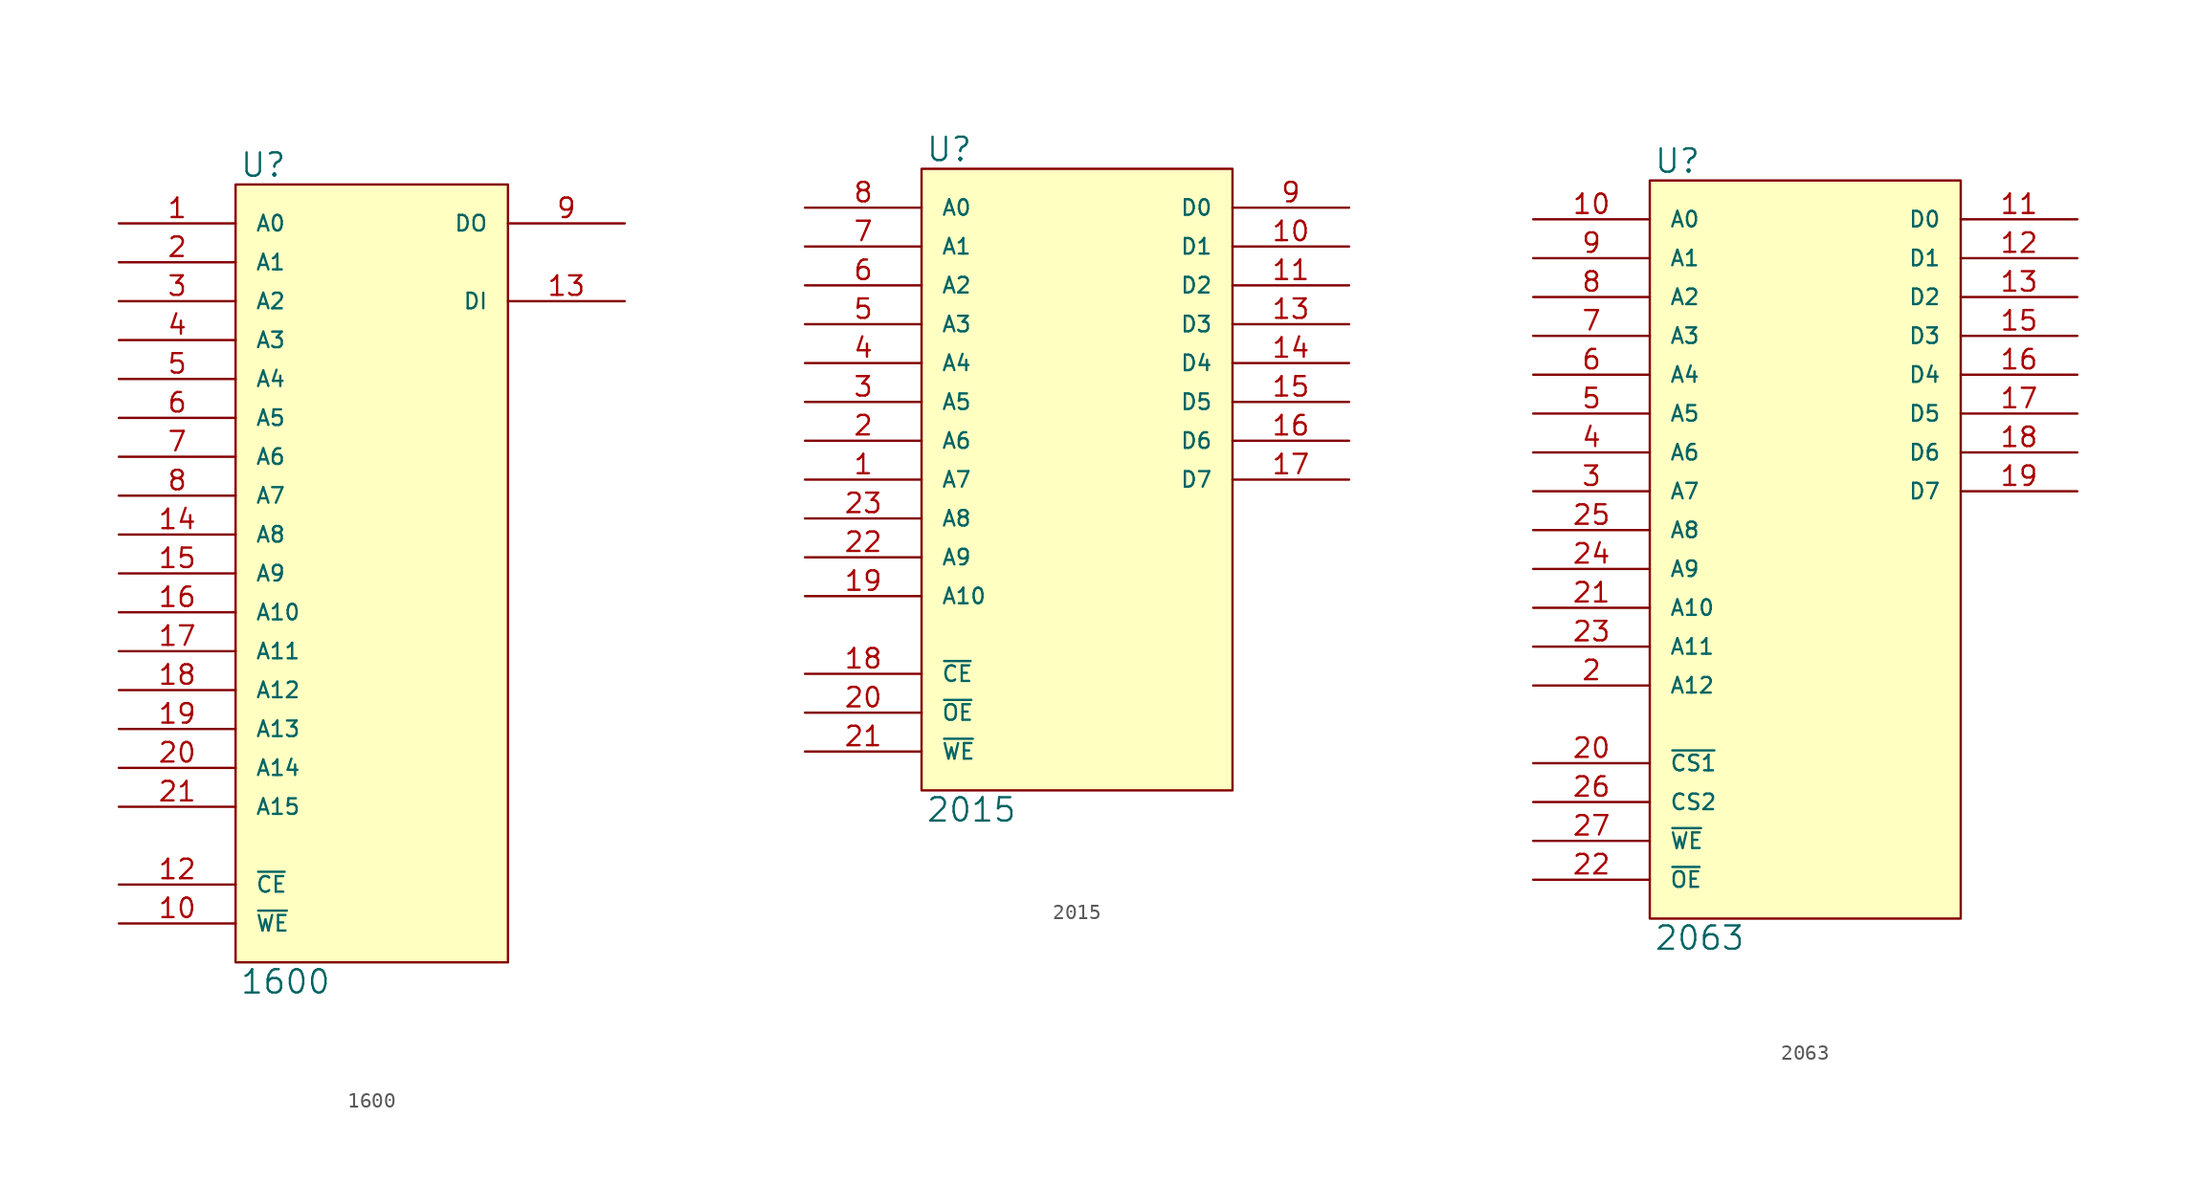
<source format=kicad_sym>
(kicad_symbol_lib
  (version 20231120)
  (generator "kicad_symbol_editor")
  (generator_version "8.0")
  (symbol "1600"
    (pin_names
      (offset 1.27))
    (property "Reference" "U"
      (at 0.254 0.381 0)
      (effects (font (size 1.524 1.524)) (justify left bottom)))
    (property "Value" "1600"
      (at 0.254 -51.181 0)
      (effects (font (size 1.524 1.524)) (justify left top)))
    (symbol "1600_0_1"
      (rectangle (start 0 0) (end 17.78 -50.8) (stroke (width 0) (type solid)) (fill (type background))))
    (symbol "1600_1_1"
      (pin input line (at -7.62 -2.54 0) (length 7.62) (name "A0" (effects (font (size 1.016 1.016)))) (number "1" (effects (font (size 1.27 1.27)))))
      (pin input line (at -7.62 -48.26 0) (length 7.62) (name "~{WE}" (effects (font (size 1.016 1.016)))) (number "10" (effects (font (size 1.27 1.27)))))
      (pin power_in line (at 0 -50.8 90) (length 0) hide (name "GND" (effects (font (size 1.016 1.016)))) (number "11" (effects (font (size 1.27 1.27)))))
      (pin input line (at -7.62 -45.72 0) (length 7.62) (name "~{CE}" (effects (font (size 1.016 1.016)))) (number "12" (effects (font (size 1.27 1.27)))))
      (pin input line (at 25.4 -7.62 180) (length 7.62) (name "DI" (effects (font (size 1.016 1.016)))) (number "13" (effects (font (size 1.27 1.27)))))
      (pin input line (at -7.62 -22.86 0) (length 7.62) (name "A8" (effects (font (size 1.016 1.016)))) (number "14" (effects (font (size 1.27 1.27)))))
      (pin input line (at -7.62 -25.4 0) (length 7.62) (name "A9" (effects (font (size 1.016 1.016)))) (number "15" (effects (font (size 1.27 1.27)))))
      (pin input line (at -7.62 -27.94 0) (length 7.62) (name "A10" (effects (font (size 1.016 1.016)))) (number "16" (effects (font (size 1.27 1.27)))))
      (pin input line (at -7.62 -30.48 0) (length 7.62) (name "A11" (effects (font (size 1.016 1.016)))) (number "17" (effects (font (size 1.27 1.27)))))
      (pin input line (at -7.62 -33.02 0) (length 7.62) (name "A12" (effects (font (size 1.016 1.016)))) (number "18" (effects (font (size 1.27 1.27)))))
      (pin input line (at -7.62 -35.56 0) (length 7.62) (name "A13" (effects (font (size 1.016 1.016)))) (number "19" (effects (font (size 1.27 1.27)))))
      (pin input line (at -7.62 -5.08 0) (length 7.62) (name "A1" (effects (font (size 1.016 1.016)))) (number "2" (effects (font (size 1.27 1.27)))))
      (pin input line (at -7.62 -38.1 0) (length 7.62) (name "A14" (effects (font (size 1.016 1.016)))) (number "20" (effects (font (size 1.27 1.27)))))
      (pin input line (at -7.62 -40.64 0) (length 7.62) (name "A15" (effects (font (size 1.016 1.016)))) (number "21" (effects (font (size 1.27 1.27)))))
      (pin power_in line (at 0 0 270) (length 0) hide (name "VCC" (effects (font (size 1.016 1.016)))) (number "22" (effects (font (size 1.27 1.27)))))
      (pin input line (at -7.62 -7.62 0) (length 7.62) (name "A2" (effects (font (size 1.016 1.016)))) (number "3" (effects (font (size 1.27 1.27)))))
      (pin input line (at -7.62 -10.16 0) (length 7.62) (name "A3" (effects (font (size 1.016 1.016)))) (number "4" (effects (font (size 1.27 1.27)))))
      (pin input line (at -7.62 -12.7 0) (length 7.62) (name "A4" (effects (font (size 1.016 1.016)))) (number "5" (effects (font (size 1.27 1.27)))))
      (pin input line (at -7.62 -15.24 0) (length 7.62) (name "A5" (effects (font (size 1.016 1.016)))) (number "6" (effects (font (size 1.27 1.27)))))
      (pin input line (at -7.62 -17.78 0) (length 7.62) (name "A6" (effects (font (size 1.016 1.016)))) (number "7" (effects (font (size 1.27 1.27)))))
      (pin input line (at -7.62 -20.32 0) (length 7.62) (name "A7" (effects (font (size 1.016 1.016)))) (number "8" (effects (font (size 1.27 1.27)))))
      (pin tri_state line (at 25.4 -2.54 180) (length 7.62) (name "DO" (effects (font (size 1.016 1.016)))) (number "9" (effects (font (size 1.27 1.27)))))))
  (symbol "2015"
    (pin_names
      (offset 1.27))
    (property "Reference" "U"
      (at 0.254 0.381 0)
      (effects (font (size 1.524 1.524)) (justify left bottom)))
    (property "Value" "2015"
      (at 0.254 -41.021 0)
      (effects (font (size 1.524 1.524)) (justify left top)))
    (symbol "2015_0_1"
      (rectangle (start 0 0) (end 20.32 -40.64) (stroke (width 0) (type solid)) (fill (type background))))
    (symbol "2015_1_1"
      (pin input line (at -7.62 -20.32 0) (length 7.62) (name "A7" (effects (font (size 1.016 1.016)))) (number "1" (effects (font (size 1.27 1.27)))))
      (pin tri_state line (at 27.94 -5.08 180) (length 7.62) (name "D1" (effects (font (size 1.016 1.016)))) (number "10" (effects (font (size 1.27 1.27)))))
      (pin tri_state line (at 27.94 -7.62 180) (length 7.62) (name "D2" (effects (font (size 1.016 1.016)))) (number "11" (effects (font (size 1.27 1.27)))))
      (pin power_in line (at 0 -40.64 90) (length 0) hide (name "GND" (effects (font (size 1.016 1.016)))) (number "12" (effects (font (size 1.27 1.27)))))
      (pin tri_state line (at 27.94 -10.16 180) (length 7.62) (name "D3" (effects (font (size 1.016 1.016)))) (number "13" (effects (font (size 1.27 1.27)))))
      (pin tri_state line (at 27.94 -12.7 180) (length 7.62) (name "D4" (effects (font (size 1.016 1.016)))) (number "14" (effects (font (size 1.27 1.27)))))
      (pin tri_state line (at 27.94 -15.24 180) (length 7.62) (name "D5" (effects (font (size 1.016 1.016)))) (number "15" (effects (font (size 1.27 1.27)))))
      (pin tri_state line (at 27.94 -17.78 180) (length 7.62) (name "D6" (effects (font (size 1.016 1.016)))) (number "16" (effects (font (size 1.27 1.27)))))
      (pin tri_state line (at 27.94 -20.32 180) (length 7.62) (name "D7" (effects (font (size 1.016 1.016)))) (number "17" (effects (font (size 1.27 1.27)))))
      (pin input line (at -7.62 -33.02 0) (length 7.62) (name "~{CE}" (effects (font (size 1.016 1.016)))) (number "18" (effects (font (size 1.27 1.27)))))
      (pin input line (at -7.62 -27.94 0) (length 7.62) (name "A10" (effects (font (size 1.016 1.016)))) (number "19" (effects (font (size 1.27 1.27)))))
      (pin input line (at -7.62 -17.78 0) (length 7.62) (name "A6" (effects (font (size 1.016 1.016)))) (number "2" (effects (font (size 1.27 1.27)))))
      (pin input line (at -7.62 -35.56 0) (length 7.62) (name "~{OE}" (effects (font (size 1.016 1.016)))) (number "20" (effects (font (size 1.27 1.27)))))
      (pin input line (at -7.62 -38.1 0) (length 7.62) (name "~{WE}" (effects (font (size 1.016 1.016)))) (number "21" (effects (font (size 1.27 1.27)))))
      (pin input line (at -7.62 -25.4 0) (length 7.62) (name "A9" (effects (font (size 1.016 1.016)))) (number "22" (effects (font (size 1.27 1.27)))))
      (pin input line (at -7.62 -22.86 0) (length 7.62) (name "A8" (effects (font (size 1.016 1.016)))) (number "23" (effects (font (size 1.27 1.27)))))
      (pin power_in line (at 0 0 270) (length 0) hide (name "VCC" (effects (font (size 1.016 1.016)))) (number "24" (effects (font (size 1.27 1.27)))))
      (pin input line (at -7.62 -15.24 0) (length 7.62) (name "A5" (effects (font (size 1.016 1.016)))) (number "3" (effects (font (size 1.27 1.27)))))
      (pin input line (at -7.62 -12.7 0) (length 7.62) (name "A4" (effects (font (size 1.016 1.016)))) (number "4" (effects (font (size 1.27 1.27)))))
      (pin input line (at -7.62 -10.16 0) (length 7.62) (name "A3" (effects (font (size 1.016 1.016)))) (number "5" (effects (font (size 1.27 1.27)))))
      (pin input line (at -7.62 -7.62 0) (length 7.62) (name "A2" (effects (font (size 1.016 1.016)))) (number "6" (effects (font (size 1.27 1.27)))))
      (pin input line (at -7.62 -5.08 0) (length 7.62) (name "A1" (effects (font (size 1.016 1.016)))) (number "7" (effects (font (size 1.27 1.27)))))
      (pin input line (at -7.62 -2.54 0) (length 7.62) (name "A0" (effects (font (size 1.016 1.016)))) (number "8" (effects (font (size 1.27 1.27)))))
      (pin tri_state line (at 27.94 -2.54 180) (length 7.62) (name "D0" (effects (font (size 1.016 1.016)))) (number "9" (effects (font (size 1.27 1.27)))))))
  (symbol "2063"
    (pin_names
      (offset 1.27))
    (property "Reference" "U"
      (at 0.254 0.381 0)
      (effects (font (size 1.524 1.524)) (justify left bottom)))
    (property "Value" "2063"
      (at 0.254 -48.641 0)
      (effects (font (size 1.524 1.524)) (justify left top)))
    (symbol "2063_0_1"
      (rectangle (start 0 0) (end 20.32 -48.26) (stroke (width 0) (type solid)) (fill (type background))))
    (symbol "2063_1_1"
      (pin input line (at -7.62 -2.54 0) (length 7.62) (name "A0" (effects (font (size 1.016 1.016)))) (number "10" (effects (font (size 1.27 1.27)))))
      (pin tri_state line (at 27.94 -2.54 180) (length 7.62) (name "D0" (effects (font (size 1.016 1.016)))) (number "11" (effects (font (size 1.27 1.27)))))
      (pin tri_state line (at 27.94 -5.08 180) (length 7.62) (name "D1" (effects (font (size 1.016 1.016)))) (number "12" (effects (font (size 1.27 1.27)))))
      (pin tri_state line (at 27.94 -7.62 180) (length 7.62) (name "D2" (effects (font (size 1.016 1.016)))) (number "13" (effects (font (size 1.27 1.27)))))
      (pin power_in line (at 0 -48.26 90) (length 0) hide (name "GND" (effects (font (size 1.016 1.016)))) (number "14" (effects (font (size 1.27 1.27)))))
      (pin tri_state line (at 27.94 -10.16 180) (length 7.62) (name "D3" (effects (font (size 1.016 1.016)))) (number "15" (effects (font (size 1.27 1.27)))))
      (pin tri_state line (at 27.94 -12.7 180) (length 7.62) (name "D4" (effects (font (size 1.016 1.016)))) (number "16" (effects (font (size 1.27 1.27)))))
      (pin tri_state line (at 27.94 -15.24 180) (length 7.62) (name "D5" (effects (font (size 1.016 1.016)))) (number "17" (effects (font (size 1.27 1.27)))))
      (pin tri_state line (at 27.94 -17.78 180) (length 7.62) (name "D6" (effects (font (size 1.016 1.016)))) (number "18" (effects (font (size 1.27 1.27)))))
      (pin tri_state line (at 27.94 -20.32 180) (length 7.62) (name "D7" (effects (font (size 1.016 1.016)))) (number "19" (effects (font (size 1.27 1.27)))))
      (pin input line (at -7.62 -33.02 0) (length 7.62) (name "A12" (effects (font (size 1.016 1.016)))) (number "2" (effects (font (size 1.27 1.27)))))
      (pin input line (at -7.62 -38.1 0) (length 7.62) (name "~{CS1}" (effects (font (size 1.016 1.016)))) (number "20" (effects (font (size 1.27 1.27)))))
      (pin input line (at -7.62 -27.94 0) (length 7.62) (name "A10" (effects (font (size 1.016 1.016)))) (number "21" (effects (font (size 1.27 1.27)))))
      (pin input line (at -7.62 -45.72 0) (length 7.62) (name "~{OE}" (effects (font (size 1.016 1.016)))) (number "22" (effects (font (size 1.27 1.27)))))
      (pin input line (at -7.62 -30.48 0) (length 7.62) (name "A11" (effects (font (size 1.016 1.016)))) (number "23" (effects (font (size 1.27 1.27)))))
      (pin input line (at -7.62 -25.4 0) (length 7.62) (name "A9" (effects (font (size 1.016 1.016)))) (number "24" (effects (font (size 1.27 1.27)))))
      (pin input line (at -7.62 -22.86 0) (length 7.62) (name "A8" (effects (font (size 1.016 1.016)))) (number "25" (effects (font (size 1.27 1.27)))))
      (pin input line (at -7.62 -40.64 0) (length 7.62) (name "CS2" (effects (font (size 1.016 1.016)))) (number "26" (effects (font (size 1.27 1.27)))))
      (pin input line (at -7.62 -43.18 0) (length 7.62) (name "~{WE}" (effects (font (size 1.016 1.016)))) (number "27" (effects (font (size 1.27 1.27)))))
      (pin power_in line (at 0 0 270) (length 0) hide (name "VCC" (effects (font (size 1.016 1.016)))) (number "28" (effects (font (size 1.27 1.27)))))
      (pin input line (at -7.62 -20.32 0) (length 7.62) (name "A7" (effects (font (size 1.016 1.016)))) (number "3" (effects (font (size 1.27 1.27)))))
      (pin input line (at -7.62 -17.78 0) (length 7.62) (name "A6" (effects (font (size 1.016 1.016)))) (number "4" (effects (font (size 1.27 1.27)))))
      (pin input line (at -7.62 -15.24 0) (length 7.62) (name "A5" (effects (font (size 1.016 1.016)))) (number "5" (effects (font (size 1.27 1.27)))))
      (pin input line (at -7.62 -12.7 0) (length 7.62) (name "A4" (effects (font (size 1.016 1.016)))) (number "6" (effects (font (size 1.27 1.27)))))
      (pin input line (at -7.62 -10.16 0) (length 7.62) (name "A3" (effects (font (size 1.016 1.016)))) (number "7" (effects (font (size 1.27 1.27)))))
      (pin input line (at -7.62 -7.62 0) (length 7.62) (name "A2" (effects (font (size 1.016 1.016)))) (number "8" (effects (font (size 1.27 1.27)))))
      (pin input line (at -7.62 -5.08 0) (length 7.62) (name "A1" (effects (font (size 1.016 1.016)))) (number "9" (effects (font (size 1.27 1.27))))))))
</source>
